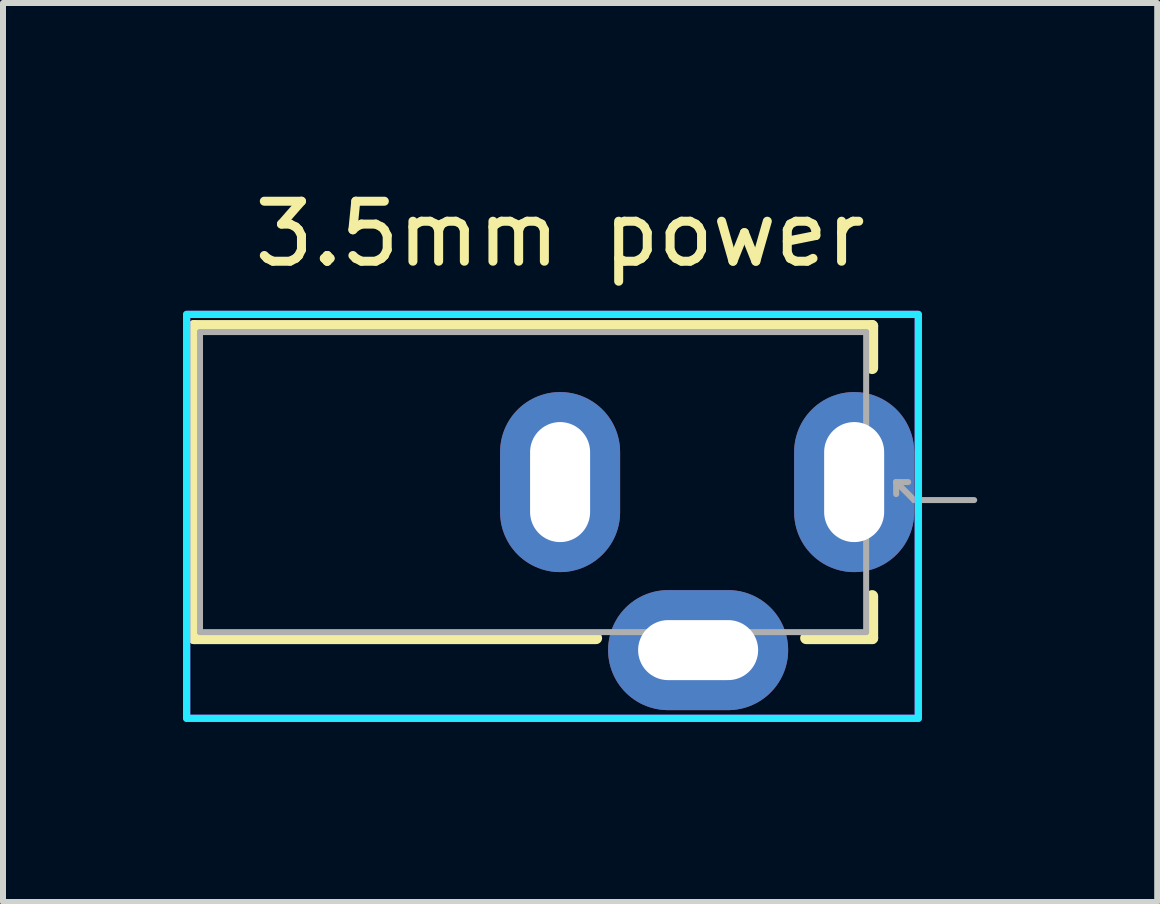
<source format=kicad_pcb>
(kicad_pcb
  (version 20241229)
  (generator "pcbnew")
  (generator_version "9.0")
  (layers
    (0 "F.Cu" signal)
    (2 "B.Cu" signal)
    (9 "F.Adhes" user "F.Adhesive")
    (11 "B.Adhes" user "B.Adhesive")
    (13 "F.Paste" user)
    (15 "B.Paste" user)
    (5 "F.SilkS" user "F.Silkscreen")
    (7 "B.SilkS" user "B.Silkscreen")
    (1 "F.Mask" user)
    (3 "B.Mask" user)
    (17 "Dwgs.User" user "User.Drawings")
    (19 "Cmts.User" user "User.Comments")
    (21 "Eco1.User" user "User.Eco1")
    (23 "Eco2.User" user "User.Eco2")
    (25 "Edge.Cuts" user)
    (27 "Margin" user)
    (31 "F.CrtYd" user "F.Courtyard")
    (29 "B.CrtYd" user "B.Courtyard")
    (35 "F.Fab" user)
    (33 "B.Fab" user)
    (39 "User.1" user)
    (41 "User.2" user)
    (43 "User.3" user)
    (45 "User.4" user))
  (footprint "3.5mm power"
    (layer "F.Cu")
    (at 6.283 4.983)
    (property "Reference" "3.5mm power" (at 0 -4.135 0) (layer "F.SilkS") (effects (font (size 1 1) (thickness 0.15))))
    (attr through_hole)
    (fp_line (start -6.1 -2.6) (end 5.2 -2.6) (stroke (width 0.2) (type solid)) (layer "F.SilkS"))
    (fp_line (start -6.1 2.6) (end -6.1 -2.6) (stroke (width 0.2) (type solid)) (layer "F.SilkS"))
    (fp_line (start -6.1 2.6) (end 0.6 2.6) (stroke (width 0.2) (type solid)) (layer "F.SilkS"))
    (fp_line (start 4.1 2.6) (end 5.2 2.6) (stroke (width 0.2) (type solid)) (layer "F.SilkS"))
    (fp_line (start 5.2 -1.9) (end 5.2 -2.6) (stroke (width 0.2) (type solid)) (layer "F.SilkS"))
    (fp_line (start 5.2 2.6) (end 5.2 1.9) (stroke (width 0.2) (type solid)) (layer "F.SilkS"))
    (fp_rect (start -6.223 3.937) (end 5.969 -2.794) (stroke (width 0.12) (type solid)) (fill no) (layer "B.CrtYd"))
    (fp_rect (start -6.223 3.937) (end 5.969 -2.794) (stroke (width 0.12) (type solid)) (fill no) (layer "F.CrtYd"))
    (fp_line (start -6 -2.5) (end -6 2.5) (stroke (width 0.1) (type solid)) (layer "F.Fab"))
    (fp_line (start -6 2.5) (end 5.1 2.5) (stroke (width 0.1) (type solid)) (layer "F.Fab"))
    (fp_line (start 5.1 -2.5) (end -6 -2.5) (stroke (width 0.1) (type solid)) (layer "F.Fab"))
    (fp_line (start 5.1 2.5) (end 5.1 -2.5) (stroke (width 0.1) (type solid)) (layer "F.Fab"))
    (fp_line (start 5.6 0) (end 5.6 0.2) (stroke (width 0.1) (type solid)) (layer "F.Fab"))
    (fp_line (start 5.6 0) (end 5.8 0) (stroke (width 0.1) (type solid)) (layer "F.Fab"))
    (fp_line (start 5.9 0.3) (end 5.6 0) (stroke (width 0.1) (type solid)) (layer "F.Fab"))
    (fp_line (start 6.9 0.3) (end 5.9 0.3) (stroke (width 0.1) (type solid)) (layer "F.Fab"))
    (pad "1" thru_hole oval (at 4.9 0 90) (size 3 2) (drill oval 2 1) (layers "*.Cu" "*.Mask"))
    (pad "2" thru_hole oval (at 0 0 90) (size 3 2) (drill oval 2 1) (layers "*.Cu" "*.Mask"))
    (pad "3" thru_hole oval (at 2.3 2.8) (size 3 2) (drill oval 2 1) (layers "*.Cu" "*.Mask")))
  (gr_rect
    (start -3 -3)
    (end 16.233 11.98)
    (stroke (width 0.1) (type default))
    (fill no)
    (layer "Edge.Cuts")))
</source>
